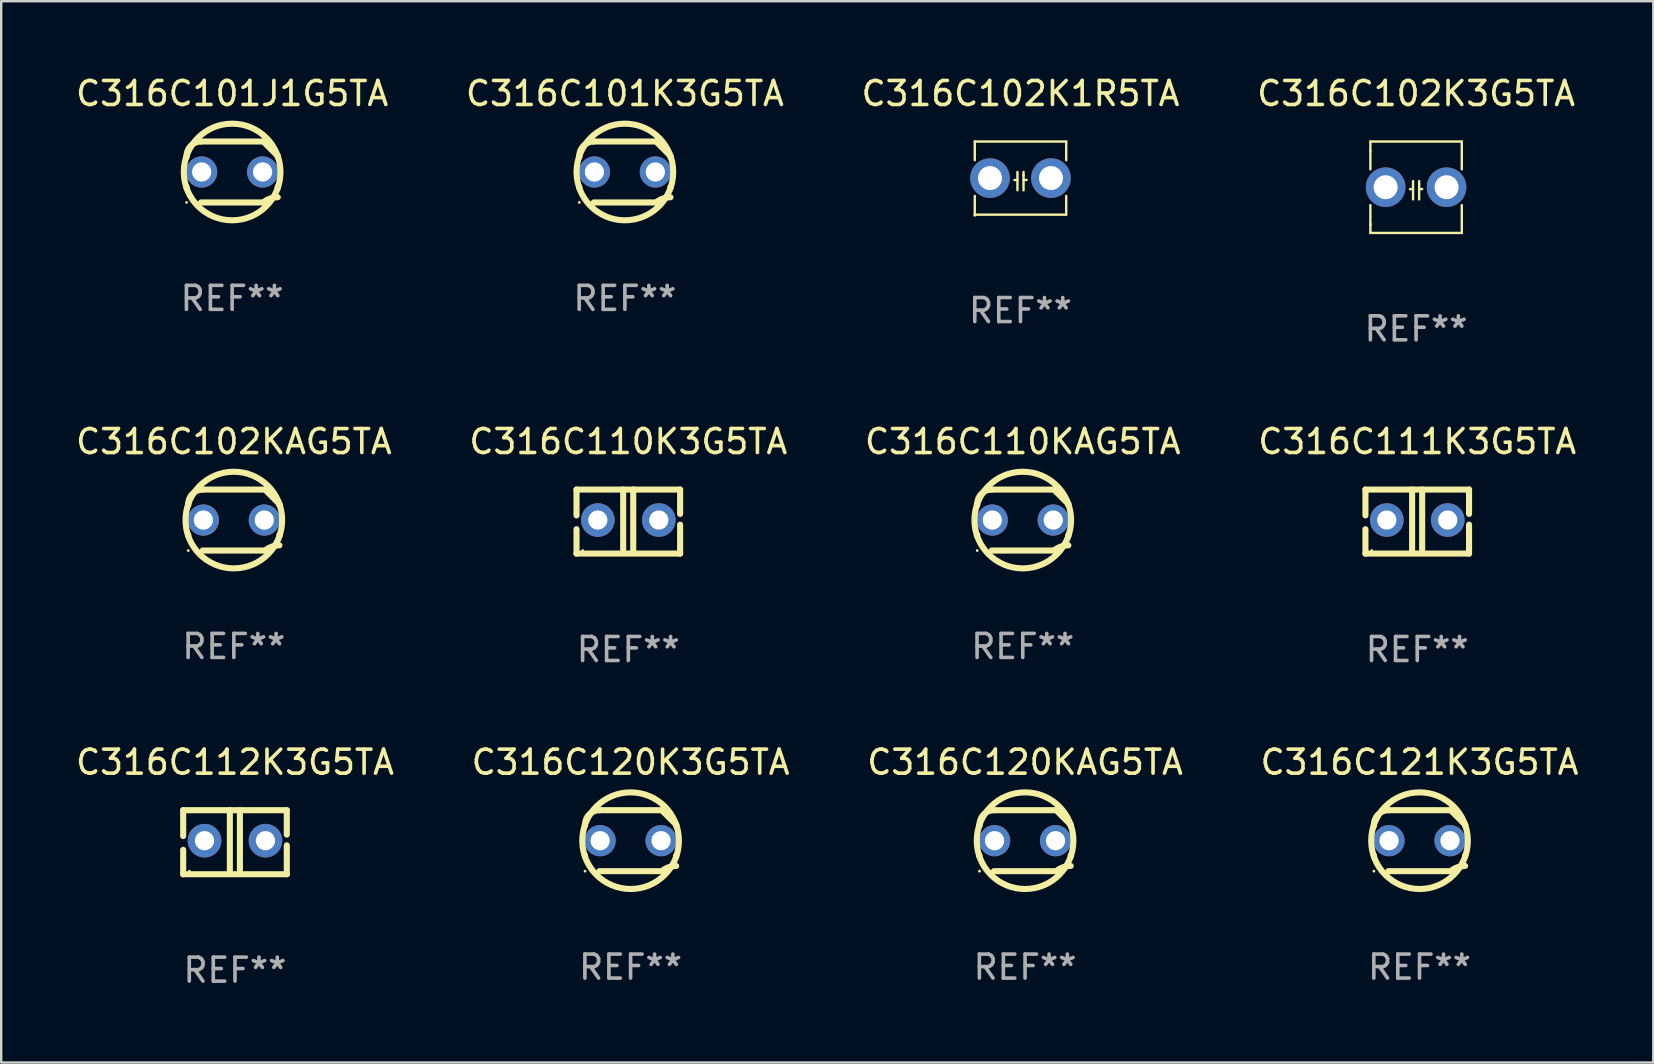
<source format=kicad_pcb>
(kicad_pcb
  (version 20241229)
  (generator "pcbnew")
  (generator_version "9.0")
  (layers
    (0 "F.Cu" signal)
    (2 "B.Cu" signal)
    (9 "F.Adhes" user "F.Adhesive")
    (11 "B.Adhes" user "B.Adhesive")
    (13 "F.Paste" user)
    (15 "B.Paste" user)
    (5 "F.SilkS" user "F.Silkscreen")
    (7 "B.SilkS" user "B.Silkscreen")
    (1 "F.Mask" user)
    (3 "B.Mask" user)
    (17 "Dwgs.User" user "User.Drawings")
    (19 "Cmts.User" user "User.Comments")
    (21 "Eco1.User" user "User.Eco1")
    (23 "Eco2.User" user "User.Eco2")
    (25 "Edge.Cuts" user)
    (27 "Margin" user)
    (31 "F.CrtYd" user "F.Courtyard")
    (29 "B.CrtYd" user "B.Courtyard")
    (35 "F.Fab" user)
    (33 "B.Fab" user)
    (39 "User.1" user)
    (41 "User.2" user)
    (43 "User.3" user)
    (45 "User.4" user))
  (footprint "C316C102KAG5TA"
    (layer "F.Cu")
    (at 6.696 18.625)
    (property "Reference" "C316C102KAG5TA" (at 0 -3.27 0) (layer "F.SilkS") (effects (font (size 1 1) (thickness 0.15))))
    (attr through_hole)
    (fp_line (start -1.9 -0.615) (end -1.9 -0.668) (stroke (width 0.254) (type solid)) (layer "F.SilkS"))
    (fp_line (start -1.9 0.668) (end -1.9 0.615) (stroke (width 0.254) (type solid)) (layer "F.SilkS"))
    (fp_line (start -1.298 1.27) (end 1.298 1.27) (stroke (width 0.254) (type solid)) (layer "F.SilkS"))
    (fp_line (start -1.298 -1.27) (end 1.298 -1.27) (stroke (width 0.254) (type solid)) (layer "F.SilkS"))
    (fp_line (start 1.9 -0.668) (end 1.9 -0.615) (stroke (width 0.254) (type solid)) (layer "F.SilkS"))
    (fp_line (start 1.9 0.615) (end 1.9 0.668) (stroke (width 0.254) (type solid)) (layer "F.SilkS"))
    (fp_arc (start -1.900025 0.667602) (mid 1.900003 -0.66758) (end -1.900025 0.667602) (stroke (width 0.254001) (type solid)) (layer "F.SilkS"))
    (fp_arc (start -1.9 -0.667602) (mid -1.723557 -1.093572) (end -1.297587 -1.270015) (stroke (width 0.254001) (type solid)) (layer "F.SilkS"))
    (fp_arc (start 1.297587 1.26999) (mid 1.579878 1.109027) (end 1.9 1.053172) (stroke (width 0.254001) (type solid)) (layer "F.SilkS"))
    (fp_arc (start 1.297611 -1.270042) (mid 1.598991 -0.969008) (end 1.900025 -0.667628) (stroke (width 0.254001) (type solid)) (layer "F.SilkS"))
    (fp_circle (center -1.9 1.27) (end -1.87 1.27) (stroke (width 0.06) (type solid)) (fill no) (layer "F.SilkS"))
    (fp_text user "REF**" (at 0 5.27 0) (layer "F.Fab") (effects (font (size 1 1) (thickness 0.15))))
    (pad "1" thru_hole circle (at -1.27 -0.000013) (size 1.3 1.3) (drill 0.8) (layers "*.Cu" "*.Mask"))
    (pad "2" thru_hole circle (at 1.27 -0.000013) (size 1.3 1.3) (drill 0.8) (layers "*.Cu" "*.Mask")))
  (footprint "C316C110KAG5TA"
    (layer "F.Cu")
    (at 39.577 18.625)
    (property "Reference" "C316C110KAG5TA" (at 0 -3.27 0) (layer "F.SilkS") (effects (font (size 1 1) (thickness 0.15))))
    (attr through_hole)
    (fp_line (start -1.9 -0.615) (end -1.9 -0.668) (stroke (width 0.254) (type solid)) (layer "F.SilkS"))
    (fp_line (start -1.9 0.668) (end -1.9 0.615) (stroke (width 0.254) (type solid)) (layer "F.SilkS"))
    (fp_line (start -1.298 1.27) (end 1.298 1.27) (stroke (width 0.254) (type solid)) (layer "F.SilkS"))
    (fp_line (start -1.298 -1.27) (end 1.298 -1.27) (stroke (width 0.254) (type solid)) (layer "F.SilkS"))
    (fp_line (start 1.9 -0.668) (end 1.9 -0.615) (stroke (width 0.254) (type solid)) (layer "F.SilkS"))
    (fp_line (start 1.9 0.615) (end 1.9 0.668) (stroke (width 0.254) (type solid)) (layer "F.SilkS"))
    (fp_arc (start -1.900025 0.667602) (mid 1.900003 -0.66758) (end -1.900025 0.667602) (stroke (width 0.254001) (type solid)) (layer "F.SilkS"))
    (fp_arc (start -1.9 -0.667602) (mid -1.723557 -1.093572) (end -1.297587 -1.270015) (stroke (width 0.254001) (type solid)) (layer "F.SilkS"))
    (fp_arc (start 1.297587 1.26999) (mid 1.579878 1.109027) (end 1.9 1.053172) (stroke (width 0.254001) (type solid)) (layer "F.SilkS"))
    (fp_arc (start 1.297611 -1.270042) (mid 1.598991 -0.969008) (end 1.900025 -0.667628) (stroke (width 0.254001) (type solid)) (layer "F.SilkS"))
    (fp_circle (center -1.9 1.27) (end -1.87 1.27) (stroke (width 0.06) (type solid)) (fill no) (layer "F.SilkS"))
    (fp_text user "REF**" (at 0 5.27 0) (layer "F.Fab") (effects (font (size 1 1) (thickness 0.15))))
    (pad "1" thru_hole circle (at -1.27 -0.000013) (size 1.3 1.3) (drill 0.8) (layers "*.Cu" "*.Mask"))
    (pad "2" thru_hole circle (at 1.27 -0.000013) (size 1.3 1.3) (drill 0.8) (layers "*.Cu" "*.Mask")))
  (footprint "C316C102K1R5TA"
    (layer "F.Cu")
    (at 39.482 4.372)
    (property "Reference" "C316C102K1R5TA" (at 0 -3.524 0) (layer "F.SilkS") (effects (font (size 1 1) (thickness 0.15))))
    (attr through_hole)
    (fp_line (start -1.905 -1.524) (end -1.905 -0.745) (stroke (width 0.1) (type solid)) (layer "F.SilkS"))
    (fp_line (start -1.905 0.745) (end -1.905 1.524) (stroke (width 0.1) (type solid)) (layer "F.SilkS"))
    (fp_line (start -1.905 1.524) (end 1.905 1.524) (stroke (width 0.1) (type solid)) (layer "F.SilkS"))
    (fp_line (start -0.127 -0.254) (end -0.127 0.508) (stroke (width 0.1) (type solid)) (layer "F.SilkS"))
    (fp_line (start -0.127 0.082) (end -0.254 0.082) (stroke (width 0.1) (type solid)) (layer "F.SilkS"))
    (fp_line (start 0.127 -0.127) (end 0.127 -0.254) (stroke (width 0.1) (type solid)) (layer "F.SilkS"))
    (fp_line (start 0.127 -0.127) (end 0.127 0.508) (stroke (width 0.1) (type solid)) (layer "F.SilkS"))
    (fp_line (start 0.127 0.077) (end 0.254 0.077) (stroke (width 0.1) (type solid)) (layer "F.SilkS"))
    (fp_line (start 1.905 -1.524) (end -1.905 -1.524) (stroke (width 0.1) (type solid)) (layer "F.SilkS"))
    (fp_line (start 1.905 -0.745) (end 1.905 -1.524) (stroke (width 0.1) (type solid)) (layer "F.SilkS"))
    (fp_line (start 1.905 1.524) (end 1.905 0.745) (stroke (width 0.1) (type solid)) (layer "F.SilkS"))
    (fp_circle (center -1.9 1.55) (end -1.87 1.55) (stroke (width 0.06) (type solid)) (fill no) (layer "F.SilkS"))
    (fp_text user "REF**" (at 0 5.524 0) (layer "F.Fab") (effects (font (size 1 1) (thickness 0.15))))
    (pad "1" thru_hole circle (at -1.27 0) (size 1.65 1.65) (drill 1) (layers "*.Cu" "*.Mask"))
    (pad "2" thru_hole circle (at 1.27 0) (size 1.65 1.65) (drill 1) (layers "*.Cu" "*.Mask")))
  (footprint "C316C120K3G5TA"
    (layer "F.Cu")
    (at 23.232 31.988)
    (property "Reference" "C316C120K3G5TA" (at 0 -3.27 0) (layer "F.SilkS") (effects (font (size 1 1) (thickness 0.15))))
    (attr through_hole)
    (fp_line (start -1.9 -0.615) (end -1.9 -0.668) (stroke (width 0.254) (type solid)) (layer "F.SilkS"))
    (fp_line (start -1.9 0.668) (end -1.9 0.615) (stroke (width 0.254) (type solid)) (layer "F.SilkS"))
    (fp_line (start -1.298 1.27) (end 1.298 1.27) (stroke (width 0.254) (type solid)) (layer "F.SilkS"))
    (fp_line (start -1.298 -1.27) (end 1.298 -1.27) (stroke (width 0.254) (type solid)) (layer "F.SilkS"))
    (fp_line (start 1.9 -0.668) (end 1.9 -0.615) (stroke (width 0.254) (type solid)) (layer "F.SilkS"))
    (fp_line (start 1.9 0.615) (end 1.9 0.668) (stroke (width 0.254) (type solid)) (layer "F.SilkS"))
    (fp_arc (start -1.900025 0.667602) (mid 1.900003 -0.66758) (end -1.900025 0.667602) (stroke (width 0.254001) (type solid)) (layer "F.SilkS"))
    (fp_arc (start -1.9 -0.667602) (mid -1.723557 -1.093572) (end -1.297587 -1.270015) (stroke (width 0.254001) (type solid)) (layer "F.SilkS"))
    (fp_arc (start 1.297587 1.26999) (mid 1.579878 1.109027) (end 1.9 1.053172) (stroke (width 0.254001) (type solid)) (layer "F.SilkS"))
    (fp_arc (start 1.297611 -1.270042) (mid 1.598991 -0.969008) (end 1.900025 -0.667628) (stroke (width 0.254001) (type solid)) (layer "F.SilkS"))
    (fp_circle (center -1.9 1.27) (end -1.87 1.27) (stroke (width 0.06) (type solid)) (fill no) (layer "F.SilkS"))
    (fp_text user "REF**" (at 0 5.27 0) (layer "F.Fab") (effects (font (size 1 1) (thickness 0.15))))
    (pad "1" thru_hole circle (at -1.27 -0.000013) (size 1.3 1.3) (drill 0.8) (layers "*.Cu" "*.Mask"))
    (pad "2" thru_hole circle (at 1.27 -0.000013) (size 1.3 1.3) (drill 0.8) (layers "*.Cu" "*.Mask")))
  (footprint "C316C110K3G5TA"
    (layer "F.Cu")
    (at 23.137 18.688)
    (property "Reference" "C316C110K3G5TA" (at 0 -3.334 0) (layer "F.SilkS") (effects (font (size 1 1) (thickness 0.15))))
    (attr through_hole)
    (fp_line (start -2.159 -1.334) (end 2.159 -1.334) (stroke (width 0.254) (type solid)) (layer "F.SilkS"))
    (fp_line (start -2.159 -0.256) (end -2.159 -1.334) (stroke (width 0.254) (type solid)) (layer "F.SilkS"))
    (fp_line (start -2.159 1.334) (end -2.159 0.318) (stroke (width 0.254) (type solid)) (layer "F.SilkS"))
    (fp_line (start -0.214 -1.334) (end -0.214 1.207) (stroke (width 0.254) (type solid)) (layer "F.SilkS"))
    (fp_line (start 0.205 -1.334) (end 0.205 1.207) (stroke (width 0.254) (type solid)) (layer "F.SilkS"))
    (fp_line (start 2.159 -1.334) (end 2.159 -0.318) (stroke (width 0.254) (type solid)) (layer "F.SilkS"))
    (fp_line (start 2.159 0.129) (end 2.159 1.334) (stroke (width 0.254) (type solid)) (layer "F.SilkS"))
    (fp_line (start 2.159 1.334) (end -2.159 1.334) (stroke (width 0.254) (type solid)) (layer "F.SilkS"))
    (fp_circle (center -1.9 1.207) (end -1.87 1.207) (stroke (width 0.06) (type solid)) (fill no) (layer "F.SilkS"))
    (fp_text user "REF**" (at 0 5.334 0) (layer "F.Fab") (effects (font (size 1 1) (thickness 0.15))))
    (pad "1" thru_hole circle (at -1.27 -0.064) (size 1.4 1.4) (drill 0.8) (layers "*.Cu" "*.Mask"))
    (pad "2" thru_hole circle (at 1.27 -0.064) (size 1.4 1.4) (drill 0.8) (layers "*.Cu" "*.Mask")))
  (footprint "C316C101J1G5TA"
    (layer "F.Cu")
    (at 6.625 4.118)
    (property "Reference" "C316C101J1G5TA" (at 0 -3.27 0) (layer "F.SilkS") (effects (font (size 1 1) (thickness 0.15))))
    (attr through_hole)
    (fp_line (start -1.9 -0.615) (end -1.9 -0.668) (stroke (width 0.254) (type solid)) (layer "F.SilkS"))
    (fp_line (start -1.9 0.668) (end -1.9 0.615) (stroke (width 0.254) (type solid)) (layer "F.SilkS"))
    (fp_line (start -1.298 1.27) (end 1.298 1.27) (stroke (width 0.254) (type solid)) (layer "F.SilkS"))
    (fp_line (start -1.298 -1.27) (end 1.298 -1.27) (stroke (width 0.254) (type solid)) (layer "F.SilkS"))
    (fp_line (start 1.9 -0.668) (end 1.9 -0.615) (stroke (width 0.254) (type solid)) (layer "F.SilkS"))
    (fp_line (start 1.9 0.615) (end 1.9 0.668) (stroke (width 0.254) (type solid)) (layer "F.SilkS"))
    (fp_arc (start -1.900025 0.667602) (mid 1.900003 -0.66758) (end -1.900025 0.667602) (stroke (width 0.254001) (type solid)) (layer "F.SilkS"))
    (fp_arc (start -1.9 -0.667602) (mid -1.723557 -1.093572) (end -1.297587 -1.270015) (stroke (width 0.254001) (type solid)) (layer "F.SilkS"))
    (fp_arc (start 1.297587 1.26999) (mid 1.579878 1.109027) (end 1.9 1.053172) (stroke (width 0.254001) (type solid)) (layer "F.SilkS"))
    (fp_arc (start 1.297611 -1.270042) (mid 1.598991 -0.969008) (end 1.900025 -0.667628) (stroke (width 0.254001) (type solid)) (layer "F.SilkS"))
    (fp_circle (center -1.9 1.27) (end -1.87 1.27) (stroke (width 0.06) (type solid)) (fill no) (layer "F.SilkS"))
    (fp_text user "REF**" (at 0 5.27 0) (layer "F.Fab") (effects (font (size 1 1) (thickness 0.15))))
    (pad "1" thru_hole circle (at -1.27 -0.000013) (size 1.3 1.3) (drill 0.8) (layers "*.Cu" "*.Mask"))
    (pad "2" thru_hole circle (at 1.27 -0.000013) (size 1.3 1.3) (drill 0.8) (layers "*.Cu" "*.Mask")))
  (footprint "C316C101K3G5TA"
    (layer "F.Cu")
    (at 22.994 4.118)
    (property "Reference" "C316C101K3G5TA" (at 0 -3.27 0) (layer "F.SilkS") (effects (font (size 1 1) (thickness 0.15))))
    (attr through_hole)
    (fp_line (start -1.9 -0.615) (end -1.9 -0.668) (stroke (width 0.254) (type solid)) (layer "F.SilkS"))
    (fp_line (start -1.9 0.668) (end -1.9 0.615) (stroke (width 0.254) (type solid)) (layer "F.SilkS"))
    (fp_line (start -1.298 1.27) (end 1.298 1.27) (stroke (width 0.254) (type solid)) (layer "F.SilkS"))
    (fp_line (start -1.298 -1.27) (end 1.298 -1.27) (stroke (width 0.254) (type solid)) (layer "F.SilkS"))
    (fp_line (start 1.9 -0.668) (end 1.9 -0.615) (stroke (width 0.254) (type solid)) (layer "F.SilkS"))
    (fp_line (start 1.9 0.615) (end 1.9 0.668) (stroke (width 0.254) (type solid)) (layer "F.SilkS"))
    (fp_arc (start -1.900025 0.667602) (mid 1.900003 -0.66758) (end -1.900025 0.667602) (stroke (width 0.254001) (type solid)) (layer "F.SilkS"))
    (fp_arc (start -1.9 -0.667602) (mid -1.723557 -1.093572) (end -1.297587 -1.270015) (stroke (width 0.254001) (type solid)) (layer "F.SilkS"))
    (fp_arc (start 1.297587 1.26999) (mid 1.579878 1.109027) (end 1.9 1.053172) (stroke (width 0.254001) (type solid)) (layer "F.SilkS"))
    (fp_arc (start 1.297611 -1.270042) (mid 1.598991 -0.969008) (end 1.900025 -0.667628) (stroke (width 0.254001) (type solid)) (layer "F.SilkS"))
    (fp_circle (center -1.9 1.27) (end -1.87 1.27) (stroke (width 0.06) (type solid)) (fill no) (layer "F.SilkS"))
    (fp_text user "REF**" (at 0 5.27 0) (layer "F.Fab") (effects (font (size 1 1) (thickness 0.15))))
    (pad "1" thru_hole circle (at -1.27 -0.000013) (size 1.3 1.3) (drill 0.8) (layers "*.Cu" "*.Mask"))
    (pad "2" thru_hole circle (at 1.27 -0.000013) (size 1.3 1.3) (drill 0.8) (layers "*.Cu" "*.Mask")))
  (footprint "C316C112K3G5TA"
    (layer "F.Cu")
    (at 6.744 32.052)
    (property "Reference" "C316C112K3G5TA" (at 0 -3.334 0) (layer "F.SilkS") (effects (font (size 1 1) (thickness 0.15))))
    (attr through_hole)
    (fp_line (start -2.159 -1.334) (end 2.159 -1.334) (stroke (width 0.254) (type solid)) (layer "F.SilkS"))
    (fp_line (start -2.159 -0.256) (end -2.159 -1.334) (stroke (width 0.254) (type solid)) (layer "F.SilkS"))
    (fp_line (start -2.159 1.334) (end -2.159 0.318) (stroke (width 0.254) (type solid)) (layer "F.SilkS"))
    (fp_line (start -0.214 -1.334) (end -0.214 1.207) (stroke (width 0.254) (type solid)) (layer "F.SilkS"))
    (fp_line (start 0.205 -1.334) (end 0.205 1.207) (stroke (width 0.254) (type solid)) (layer "F.SilkS"))
    (fp_line (start 2.159 -1.334) (end 2.159 -0.318) (stroke (width 0.254) (type solid)) (layer "F.SilkS"))
    (fp_line (start 2.159 0.129) (end 2.159 1.334) (stroke (width 0.254) (type solid)) (layer "F.SilkS"))
    (fp_line (start 2.159 1.334) (end -2.159 1.334) (stroke (width 0.254) (type solid)) (layer "F.SilkS"))
    (fp_circle (center -1.9 1.207) (end -1.87 1.207) (stroke (width 0.06) (type solid)) (fill no) (layer "F.SilkS"))
    (fp_text user "REF**" (at 0 5.334 0) (layer "F.Fab") (effects (font (size 1 1) (thickness 0.15))))
    (pad "1" thru_hole circle (at -1.27 -0.064) (size 1.4 1.4) (drill 0.8) (layers "*.Cu" "*.Mask"))
    (pad "2" thru_hole circle (at 1.27 -0.064) (size 1.4 1.4) (drill 0.8) (layers "*.Cu" "*.Mask")))
  (footprint "C316C102K3G5TA"
    (layer "F.Cu")
    (at 55.97 4.753)
    (property "Reference" "C316C102K3G5TA" (at 0 -3.905 0) (layer "F.SilkS") (effects (font (size 1 1) (thickness 0.15))))
    (attr through_hole)
    (fp_line (start -1.905 -1.905) (end -1.905 -1.524) (stroke (width 0.1) (type solid)) (layer "F.SilkS"))
    (fp_line (start -1.905 -1.524) (end -1.905 -0.745) (stroke (width 0.1) (type solid)) (layer "F.SilkS"))
    (fp_line (start -1.905 0.744) (end -1.905 1.905) (stroke (width 0.1) (type solid)) (layer "F.SilkS"))
    (fp_line (start -1.905 1.905) (end 1.905 1.905) (stroke (width 0.1) (type solid)) (layer "F.SilkS"))
    (fp_line (start -0.127 -0.254) (end -0.127 0.508) (stroke (width 0.1) (type solid)) (layer "F.SilkS"))
    (fp_line (start -0.127 0.082) (end -0.254 0.082) (stroke (width 0.1) (type solid)) (layer "F.SilkS"))
    (fp_line (start 0.127 -0.127) (end 0.127 -0.254) (stroke (width 0.1) (type solid)) (layer "F.SilkS"))
    (fp_line (start 0.127 -0.127) (end 0.127 0.508) (stroke (width 0.1) (type solid)) (layer "F.SilkS"))
    (fp_line (start 0.127 0.077) (end 0.254 0.077) (stroke (width 0.1) (type solid)) (layer "F.SilkS"))
    (fp_line (start 1.905 -1.905) (end -1.905 -1.905) (stroke (width 0.1) (type solid)) (layer "F.SilkS"))
    (fp_line (start 1.905 -0.744) (end 1.905 -1.905) (stroke (width 0.1) (type solid)) (layer "F.SilkS"))
    (fp_line (start 1.905 1.905) (end 1.905 0.744) (stroke (width 0.1) (type solid)) (layer "F.SilkS"))
    (fp_circle (center -1.9 1.55) (end -1.87 1.55) (stroke (width 0.06) (type solid)) (fill no) (layer "F.SilkS"))
    (fp_text user "REF**" (at 0 5.905 0) (layer "F.Fab") (effects (font (size 1 1) (thickness 0.15))))
    (pad "1" thru_hole circle (at -1.27 0) (size 1.65 1.65) (drill 1) (layers "*.Cu" "*.Mask"))
    (pad "2" thru_hole circle (at 1.27 0) (size 1.65 1.65) (drill 1) (layers "*.Cu" "*.Mask")))
  (footprint "C316C121K3G5TA"
    (layer "F.Cu")
    (at 56.113 31.988)
    (property "Reference" "C316C121K3G5TA" (at 0 -3.27 0) (layer "F.SilkS") (effects (font (size 1 1) (thickness 0.15))))
    (attr through_hole)
    (fp_line (start -1.9 -0.615) (end -1.9 -0.668) (stroke (width 0.254) (type solid)) (layer "F.SilkS"))
    (fp_line (start -1.9 0.668) (end -1.9 0.615) (stroke (width 0.254) (type solid)) (layer "F.SilkS"))
    (fp_line (start -1.298 1.27) (end 1.298 1.27) (stroke (width 0.254) (type solid)) (layer "F.SilkS"))
    (fp_line (start -1.298 -1.27) (end 1.298 -1.27) (stroke (width 0.254) (type solid)) (layer "F.SilkS"))
    (fp_line (start 1.9 -0.668) (end 1.9 -0.615) (stroke (width 0.254) (type solid)) (layer "F.SilkS"))
    (fp_line (start 1.9 0.615) (end 1.9 0.668) (stroke (width 0.254) (type solid)) (layer "F.SilkS"))
    (fp_arc (start -1.900025 0.667602) (mid 1.900003 -0.66758) (end -1.900025 0.667602) (stroke (width 0.254001) (type solid)) (layer "F.SilkS"))
    (fp_arc (start -1.9 -0.667602) (mid -1.723557 -1.093572) (end -1.297587 -1.270015) (stroke (width 0.254001) (type solid)) (layer "F.SilkS"))
    (fp_arc (start 1.297587 1.26999) (mid 1.579878 1.109027) (end 1.9 1.053172) (stroke (width 0.254001) (type solid)) (layer "F.SilkS"))
    (fp_arc (start 1.297611 -1.270042) (mid 1.598991 -0.969008) (end 1.900025 -0.667628) (stroke (width 0.254001) (type solid)) (layer "F.SilkS"))
    (fp_circle (center -1.9 1.27) (end -1.87 1.27) (stroke (width 0.06) (type solid)) (fill no) (layer "F.SilkS"))
    (fp_text user "REF**" (at 0 5.27 0) (layer "F.Fab") (effects (font (size 1 1) (thickness 0.15))))
    (pad "1" thru_hole circle (at -1.27 -0.000013) (size 1.3 1.3) (drill 0.8) (layers "*.Cu" "*.Mask"))
    (pad "2" thru_hole circle (at 1.27 -0.000013) (size 1.3 1.3) (drill 0.8) (layers "*.Cu" "*.Mask")))
  (footprint "C316C120KAG5TA"
    (layer "F.Cu")
    (at 39.673 31.988)
    (property "Reference" "C316C120KAG5TA" (at 0 -3.27 0) (layer "F.SilkS") (effects (font (size 1 1) (thickness 0.15))))
    (attr through_hole)
    (fp_line (start -1.9 -0.615) (end -1.9 -0.668) (stroke (width 0.254) (type solid)) (layer "F.SilkS"))
    (fp_line (start -1.9 0.668) (end -1.9 0.615) (stroke (width 0.254) (type solid)) (layer "F.SilkS"))
    (fp_line (start -1.298 1.27) (end 1.298 1.27) (stroke (width 0.254) (type solid)) (layer "F.SilkS"))
    (fp_line (start -1.298 -1.27) (end 1.298 -1.27) (stroke (width 0.254) (type solid)) (layer "F.SilkS"))
    (fp_line (start 1.9 -0.668) (end 1.9 -0.615) (stroke (width 0.254) (type solid)) (layer "F.SilkS"))
    (fp_line (start 1.9 0.615) (end 1.9 0.668) (stroke (width 0.254) (type solid)) (layer "F.SilkS"))
    (fp_arc (start -1.900025 0.667602) (mid 1.900003 -0.66758) (end -1.900025 0.667602) (stroke (width 0.254001) (type solid)) (layer "F.SilkS"))
    (fp_arc (start -1.9 -0.667602) (mid -1.723557 -1.093572) (end -1.297587 -1.270015) (stroke (width 0.254001) (type solid)) (layer "F.SilkS"))
    (fp_arc (start 1.297587 1.26999) (mid 1.579878 1.109027) (end 1.9 1.053172) (stroke (width 0.254001) (type solid)) (layer "F.SilkS"))
    (fp_arc (start 1.297611 -1.270042) (mid 1.598991 -0.969008) (end 1.900025 -0.667628) (stroke (width 0.254001) (type solid)) (layer "F.SilkS"))
    (fp_circle (center -1.9 1.27) (end -1.87 1.27) (stroke (width 0.06) (type solid)) (fill no) (layer "F.SilkS"))
    (fp_text user "REF**" (at 0 5.27 0) (layer "F.Fab") (effects (font (size 1 1) (thickness 0.15))))
    (pad "1" thru_hole circle (at -1.27 -0.000013) (size 1.3 1.3) (drill 0.8) (layers "*.Cu" "*.Mask"))
    (pad "2" thru_hole circle (at 1.27 -0.000013) (size 1.3 1.3) (drill 0.8) (layers "*.Cu" "*.Mask")))
  (footprint "C316C111K3G5TA"
    (layer "F.Cu")
    (at 56.018 18.688)
    (property "Reference" "C316C111K3G5TA" (at 0 -3.334 0) (layer "F.SilkS") (effects (font (size 1 1) (thickness 0.15))))
    (attr through_hole)
    (fp_line (start -2.159 -1.334) (end 2.159 -1.334) (stroke (width 0.254) (type solid)) (layer "F.SilkS"))
    (fp_line (start -2.159 -0.256) (end -2.159 -1.334) (stroke (width 0.254) (type solid)) (layer "F.SilkS"))
    (fp_line (start -2.159 1.334) (end -2.159 0.318) (stroke (width 0.254) (type solid)) (layer "F.SilkS"))
    (fp_line (start -0.214 -1.334) (end -0.214 1.207) (stroke (width 0.254) (type solid)) (layer "F.SilkS"))
    (fp_line (start 0.205 -1.334) (end 0.205 1.207) (stroke (width 0.254) (type solid)) (layer "F.SilkS"))
    (fp_line (start 2.159 -1.334) (end 2.159 -0.318) (stroke (width 0.254) (type solid)) (layer "F.SilkS"))
    (fp_line (start 2.159 0.129) (end 2.159 1.334) (stroke (width 0.254) (type solid)) (layer "F.SilkS"))
    (fp_line (start 2.159 1.334) (end -2.159 1.334) (stroke (width 0.254) (type solid)) (layer "F.SilkS"))
    (fp_circle (center -1.9 1.207) (end -1.87 1.207) (stroke (width 0.06) (type solid)) (fill no) (layer "F.SilkS"))
    (fp_text user "REF**" (at 0 5.334 0) (layer "F.Fab") (effects (font (size 1 1) (thickness 0.15))))
    (pad "1" thru_hole circle (at -1.27 -0.064) (size 1.4 1.4) (drill 0.8) (layers "*.Cu" "*.Mask"))
    (pad "2" thru_hole circle (at 1.27 -0.064) (size 1.4 1.4) (drill 0.8) (layers "*.Cu" "*.Mask")))
  (gr_rect
    (start -3 -3)
    (end 65.857 41.234)
    (stroke (width 0.1) (type default))
    (fill no)
    (layer "Edge.Cuts")))
</source>
